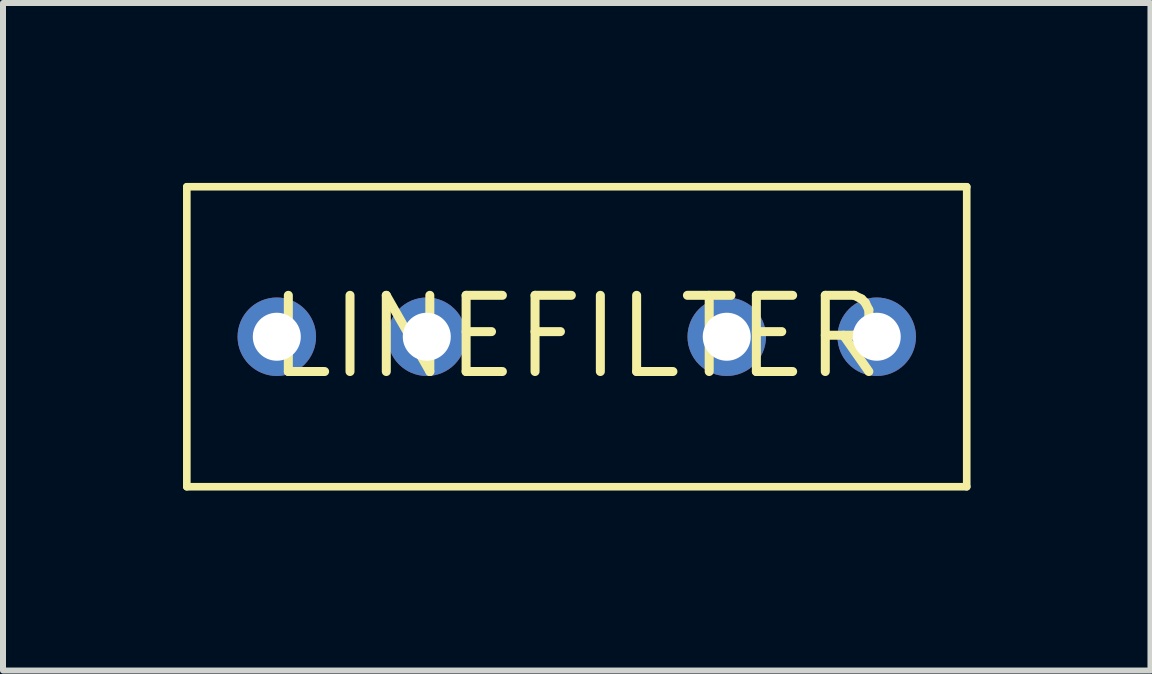
<source format=kicad_pcb>
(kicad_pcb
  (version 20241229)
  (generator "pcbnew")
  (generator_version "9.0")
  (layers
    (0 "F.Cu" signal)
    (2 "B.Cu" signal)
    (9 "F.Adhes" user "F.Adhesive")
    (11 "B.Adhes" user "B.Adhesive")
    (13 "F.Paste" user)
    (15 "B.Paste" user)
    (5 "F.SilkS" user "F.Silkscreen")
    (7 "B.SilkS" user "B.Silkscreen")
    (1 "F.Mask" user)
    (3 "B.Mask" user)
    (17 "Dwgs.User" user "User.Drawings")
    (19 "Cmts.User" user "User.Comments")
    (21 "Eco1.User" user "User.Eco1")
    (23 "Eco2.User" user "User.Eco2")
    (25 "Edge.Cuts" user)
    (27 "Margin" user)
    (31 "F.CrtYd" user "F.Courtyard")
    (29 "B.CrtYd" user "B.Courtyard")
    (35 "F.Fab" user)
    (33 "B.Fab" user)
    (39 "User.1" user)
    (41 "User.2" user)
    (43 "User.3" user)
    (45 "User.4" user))
  (footprint "LINEFILTER"
    (layer "F.Cu")
    (at 6.564 2.563)
    (property "Reference" "LINEFILTER" (at 0 0 0) (layer "F.SilkS") (effects (font (size 1.27 1.27) (thickness 0.15))))
    (attr through_hole)
    (fp_line (start -6.5 -2.5) (end 6.5 -2.5) (stroke (width 0.127) (type solid)) (layer "F.SilkS"))
    (fp_line (start -6.5 2.5) (end -6.5 -2.5) (stroke (width 0.127) (type solid)) (layer "F.SilkS"))
    (fp_line (start 6.5 -2.5) (end 6.5 2.5) (stroke (width 0.127) (type solid)) (layer "F.SilkS"))
    (fp_line (start 6.5 2.5) (end -6.5 2.5) (stroke (width 0.127) (type solid)) (layer "F.SilkS"))
    (pad "1" thru_hole circle (at -5 0) (size 1.308 1.308) (drill 0.8) (layers "*.Cu" "*.Mask"))
    (pad "2" thru_hole circle (at 2.5 0) (size 1.308 1.308) (drill 0.8) (layers "*.Cu" "*.Mask"))
    (pad "3" thru_hole circle (at -2.5 0) (size 1.308 1.308) (drill 0.8) (layers "*.Cu" "*.Mask"))
    (pad "4" thru_hole circle (at 5 0) (size 1.308 1.308) (drill 0.8) (layers "*.Cu" "*.Mask")))
  (gr_rect
    (start -3 -3)
    (end 16.127 8.127)
    (stroke (width 0.1) (type default))
    (fill no)
    (layer "Edge.Cuts")))
</source>
